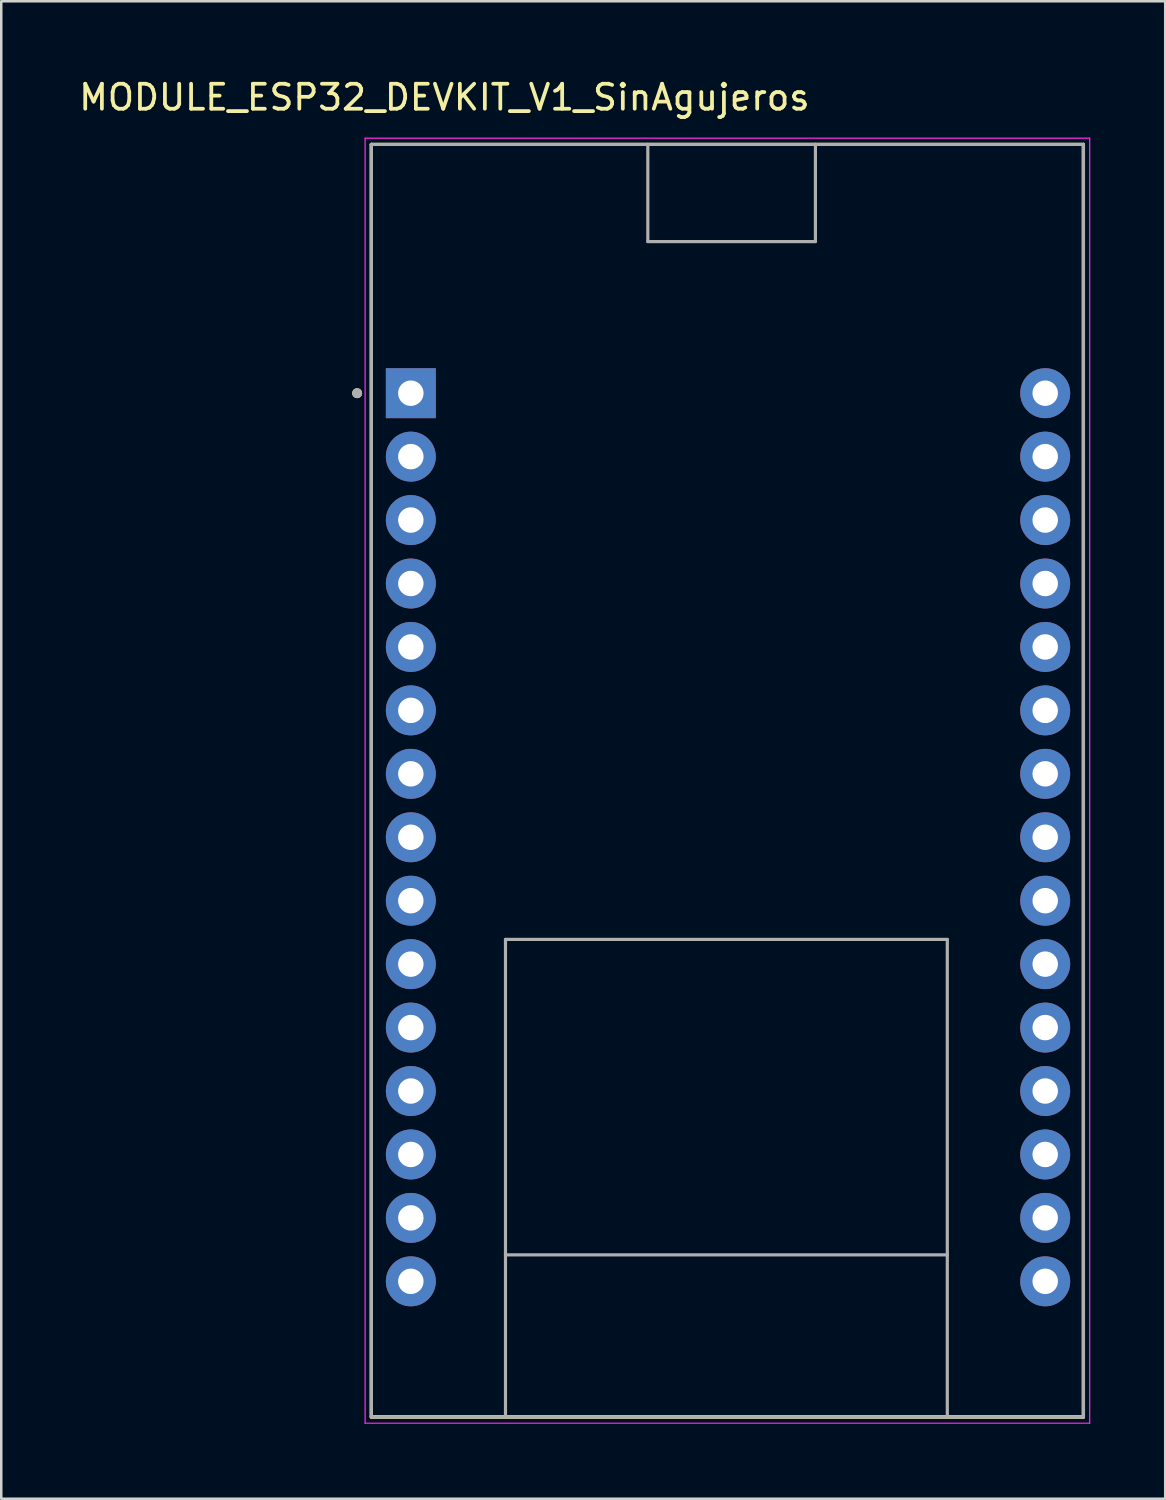
<source format=kicad_pcb>
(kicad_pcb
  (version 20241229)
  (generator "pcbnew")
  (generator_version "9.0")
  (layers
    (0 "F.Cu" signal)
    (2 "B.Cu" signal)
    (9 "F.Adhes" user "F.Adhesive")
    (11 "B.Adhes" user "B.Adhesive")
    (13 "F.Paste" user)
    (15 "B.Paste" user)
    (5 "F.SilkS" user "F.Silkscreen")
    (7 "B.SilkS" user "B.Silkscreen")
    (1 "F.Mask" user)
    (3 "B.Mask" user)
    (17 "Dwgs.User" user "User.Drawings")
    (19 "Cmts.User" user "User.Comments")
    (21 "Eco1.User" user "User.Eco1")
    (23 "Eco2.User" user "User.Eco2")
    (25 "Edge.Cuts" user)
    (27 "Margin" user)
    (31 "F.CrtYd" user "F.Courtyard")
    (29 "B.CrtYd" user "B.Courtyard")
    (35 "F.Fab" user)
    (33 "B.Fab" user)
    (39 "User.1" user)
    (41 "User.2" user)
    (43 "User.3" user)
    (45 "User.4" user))
  (footprint "MODULE_ESP32_DEVKIT_V1_SinAgujeros"
    (layer "F.Cu")
    (at 26.099 28.208)
    (property "Reference" "MODULE_ESP32_DEVKIT_V1_SinAgujeros" (at -11.355 -27.36 0) (layer "F.SilkS") (effects (font (size 1 1) (thickness 0.15))))
    (attr through_hole)
    (fp_line (start -14.28 -25.475) (end -3.211 -25.475) (stroke (width 0.127) (type solid)) (layer "F.SilkS"))
    (fp_line (start -14.28 -25.475) (end 14.23 -25.475) (stroke (width 0.127) (type solid)) (layer "F.SilkS"))
    (fp_line (start -14.28 25.475) (end -14.28 -25.475) (stroke (width 0.127) (type solid)) (layer "F.SilkS"))
    (fp_line (start -14.28 25.475) (end -14.28 -25.475) (stroke (width 0.127) (type solid)) (layer "F.SilkS"))
    (fp_line (start -14.28 25.475) (end -8.91 25.475) (stroke (width 0.127) (type solid)) (layer "F.SilkS"))
    (fp_line (start -8.91 25.475) (end 8.78 25.475) (stroke (width 0.127) (type solid)) (layer "F.SilkS"))
    (fp_line (start -3.211 -25.475) (end 3.5 -25.475) (stroke (width 0.127) (type solid)) (layer "F.SilkS"))
    (fp_line (start 3.5 -25.475) (end 14.23 -25.475) (stroke (width 0.127) (type solid)) (layer "F.SilkS"))
    (fp_line (start 8.78 25.475) (end 14.23 25.475) (stroke (width 0.127) (type solid)) (layer "F.SilkS"))
    (fp_line (start 14.23 -25.475) (end 14.23 25.475) (stroke (width 0.127) (type solid)) (layer "F.SilkS"))
    (fp_line (start 14.23 -25.475) (end 14.23 25.475) (stroke (width 0.127) (type solid)) (layer "F.SilkS"))
    (fp_line (start 14.23 25.475) (end -14.28 25.475) (stroke (width 0.127) (type solid)) (layer "F.SilkS"))
    (fp_circle (center -14.85 -15.515) (end -14.75 -15.515) (stroke (width 0.2) (type solid)) (fill no) (layer "F.SilkS"))
    (fp_line (start -14.53 -25.725) (end -14.53 25.725) (stroke (width 0.05) (type solid)) (layer "F.CrtYd"))
    (fp_line (start -14.53 25.725) (end 14.48 25.725) (stroke (width 0.05) (type solid)) (layer "F.CrtYd"))
    (fp_line (start 14.48 -25.725) (end -14.53 -25.725) (stroke (width 0.05) (type solid)) (layer "F.CrtYd"))
    (fp_line (start 14.48 25.725) (end 14.48 -25.725) (stroke (width 0.05) (type solid)) (layer "F.CrtYd"))
    (fp_line (start -14.28 -25.475) (end -3.211 -25.475) (stroke (width 0.127) (type solid)) (layer "F.Fab"))
    (fp_line (start -14.28 25.475) (end -14.28 -25.475) (stroke (width 0.127) (type solid)) (layer "F.Fab"))
    (fp_line (start -14.28 25.475) (end -8.91 25.475) (stroke (width 0.127) (type solid)) (layer "F.Fab"))
    (fp_line (start -8.91 6.355) (end 8.78 6.355) (stroke (width 0.127) (type solid)) (layer "F.Fab"))
    (fp_line (start -8.91 18.985) (end -8.91 6.355) (stroke (width 0.127) (type solid)) (layer "F.Fab"))
    (fp_line (start -8.91 18.985) (end 8.78 18.985) (stroke (width 0.127) (type solid)) (layer "F.Fab"))
    (fp_line (start -8.91 25.475) (end -8.91 18.985) (stroke (width 0.127) (type solid)) (layer "F.Fab"))
    (fp_line (start -8.91 25.475) (end 8.78 25.475) (stroke (width 0.127) (type solid)) (layer "F.Fab"))
    (fp_line (start -3.211 -25.475) (end 3.5 -25.475) (stroke (width 0.127) (type solid)) (layer "F.Fab"))
    (fp_line (start -3.211 -21.585) (end -3.211 -25.475) (stroke (width 0.127) (type solid)) (layer "F.Fab"))
    (fp_line (start 3.5 -25.475) (end 3.5 -21.585) (stroke (width 0.127) (type solid)) (layer "F.Fab"))
    (fp_line (start 3.5 -25.475) (end 14.23 -25.475) (stroke (width 0.127) (type solid)) (layer "F.Fab"))
    (fp_line (start 3.5 -21.585) (end -3.211 -21.585) (stroke (width 0.127) (type solid)) (layer "F.Fab"))
    (fp_line (start 8.78 6.355) (end 8.78 18.985) (stroke (width 0.127) (type solid)) (layer "F.Fab"))
    (fp_line (start 8.78 18.985) (end 8.78 25.475) (stroke (width 0.127) (type solid)) (layer "F.Fab"))
    (fp_line (start 8.78 25.475) (end 14.23 25.475) (stroke (width 0.127) (type solid)) (layer "F.Fab"))
    (fp_line (start 14.23 -25.475) (end 14.23 25.475) (stroke (width 0.127) (type solid)) (layer "F.Fab"))
    (fp_circle (center -14.85 -15.515) (end -14.75 -15.515) (stroke (width 0.2) (type solid)) (fill no) (layer "F.Fab"))
    (pad "1" thru_hole rect (at -12.7 -15.515) (size 2 2) (drill 1.02) (layers "*.Cu" "*.Mask"))
    (pad "2" thru_hole circle (at -12.7 -12.975) (size 2 2) (drill 1.02) (layers "*.Cu" "*.Mask"))
    (pad "3" thru_hole circle (at -12.7 -10.435) (size 2 2) (drill 1.02) (layers "*.Cu" "*.Mask"))
    (pad "4" thru_hole circle (at -12.7 -7.895) (size 2 2) (drill 1.02) (layers "*.Cu" "*.Mask"))
    (pad "5" thru_hole circle (at -12.7 -5.355) (size 2 2) (drill 1.02) (layers "*.Cu" "*.Mask"))
    (pad "6" thru_hole circle (at -12.7 -2.815) (size 2 2) (drill 1.02) (layers "*.Cu" "*.Mask"))
    (pad "7" thru_hole circle (at -12.7 -0.275) (size 2 2) (drill 1.02) (layers "*.Cu" "*.Mask"))
    (pad "8" thru_hole circle (at -12.7 2.265) (size 2 2) (drill 1.02) (layers "*.Cu" "*.Mask"))
    (pad "9" thru_hole circle (at -12.7 4.805) (size 2 2) (drill 1.02) (layers "*.Cu" "*.Mask"))
    (pad "10" thru_hole circle (at -12.7 7.345) (size 2 2) (drill 1.02) (layers "*.Cu" "*.Mask"))
    (pad "11" thru_hole circle (at -12.7 9.885) (size 2 2) (drill 1.02) (layers "*.Cu" "*.Mask"))
    (pad "12" thru_hole circle (at -12.7 12.425) (size 2 2) (drill 1.02) (layers "*.Cu" "*.Mask"))
    (pad "13" thru_hole circle (at -12.7 14.965) (size 2 2) (drill 1.02) (layers "*.Cu" "*.Mask"))
    (pad "14" thru_hole circle (at -12.7 17.505) (size 2 2) (drill 1.02) (layers "*.Cu" "*.Mask"))
    (pad "15" thru_hole circle (at -12.7 20.045) (size 2 2) (drill 1.02) (layers "*.Cu" "*.Mask"))
    (pad "16" thru_hole circle (at 12.7 20.045) (size 2 2) (drill 1.02) (layers "*.Cu" "*.Mask"))
    (pad "17" thru_hole circle (at 12.7 17.505) (size 2 2) (drill 1.02) (layers "*.Cu" "*.Mask"))
    (pad "18" thru_hole circle (at 12.7 14.965) (size 2 2) (drill 1.02) (layers "*.Cu" "*.Mask"))
    (pad "19" thru_hole circle (at 12.7 12.425) (size 2 2) (drill 1.02) (layers "*.Cu" "*.Mask"))
    (pad "20" thru_hole circle (at 12.7 9.885) (size 2 2) (drill 1.02) (layers "*.Cu" "*.Mask"))
    (pad "21" thru_hole circle (at 12.7 7.345) (size 2 2) (drill 1.02) (layers "*.Cu" "*.Mask"))
    (pad "22" thru_hole circle (at 12.7 4.805) (size 2 2) (drill 1.02) (layers "*.Cu" "*.Mask"))
    (pad "23" thru_hole circle (at 12.7 2.265) (size 2 2) (drill 1.02) (layers "*.Cu" "*.Mask"))
    (pad "24" thru_hole circle (at 12.7 -0.275) (size 2 2) (drill 1.02) (layers "*.Cu" "*.Mask"))
    (pad "25" thru_hole circle (at 12.7 -2.815) (size 2 2) (drill 1.02) (layers "*.Cu" "*.Mask"))
    (pad "26" thru_hole circle (at 12.7 -5.355) (size 2 2) (drill 1.02) (layers "*.Cu" "*.Mask"))
    (pad "27" thru_hole circle (at 12.7 -7.895) (size 2 2) (drill 1.02) (layers "*.Cu" "*.Mask"))
    (pad "28" thru_hole circle (at 12.7 -10.435) (size 2 2) (drill 1.02) (layers "*.Cu" "*.Mask"))
    (pad "29" thru_hole circle (at 12.7 -12.975) (size 2 2) (drill 1.02) (layers "*.Cu" "*.Mask"))
    (pad "30" thru_hole circle (at 12.7 -15.515) (size 2 2) (drill 1.02) (layers "*.Cu" "*.Mask"))
    (zone (net_name "") (layer "F.Cu") (hatch full 0.508) (connect_pads) (min_thickness 0.01) (filled_areas_thickness no) (keepout (tracks not_allowed) (vias not_allowed) (pads not_allowed) (copperpour not_allowed) (footprints allowed)) (placement (enabled no)) (fill) (polygon (pts (xy 17.189 47.193) (xy 34.879 47.193) (xy 34.879 53.683) (xy 17.189 53.683))))
    (zone (net_name "") (layers "F.Cu" "B.Cu") (hatch full 0.508) (connect_pads) (min_thickness 0.01) (filled_areas_thickness no) (keepout (tracks allowed) (vias not_allowed) (pads allowed) (copperpour allowed) (footprints allowed)) (placement (enabled no)) (fill) (polygon (pts (xy 17.189 47.193) (xy 34.879 47.193) (xy 34.879 53.683) (xy 17.189 53.683))))
    (zone (net_name "") (layer "B.Cu") (hatch full 0.508) (connect_pads) (min_thickness 0.01) (filled_areas_thickness no) (keepout (tracks not_allowed) (vias not_allowed) (pads not_allowed) (copperpour not_allowed) (footprints allowed)) (placement (enabled no)) (fill) (polygon (pts (xy 17.189 47.193) (xy 34.879 47.193) (xy 34.879 53.683) (xy 17.189 53.683)))))
  (gr_rect
    (start -3 -3)
    (end 43.604 56.958)
    (stroke (width 0.1) (type default))
    (fill no)
    (layer "Edge.Cuts")))
</source>
